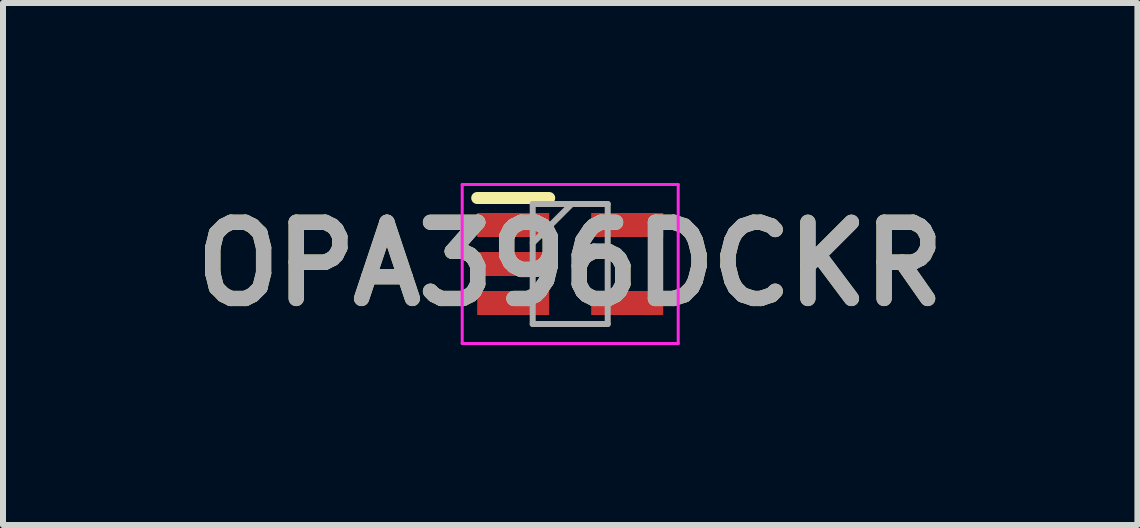
<source format=kicad_pcb>
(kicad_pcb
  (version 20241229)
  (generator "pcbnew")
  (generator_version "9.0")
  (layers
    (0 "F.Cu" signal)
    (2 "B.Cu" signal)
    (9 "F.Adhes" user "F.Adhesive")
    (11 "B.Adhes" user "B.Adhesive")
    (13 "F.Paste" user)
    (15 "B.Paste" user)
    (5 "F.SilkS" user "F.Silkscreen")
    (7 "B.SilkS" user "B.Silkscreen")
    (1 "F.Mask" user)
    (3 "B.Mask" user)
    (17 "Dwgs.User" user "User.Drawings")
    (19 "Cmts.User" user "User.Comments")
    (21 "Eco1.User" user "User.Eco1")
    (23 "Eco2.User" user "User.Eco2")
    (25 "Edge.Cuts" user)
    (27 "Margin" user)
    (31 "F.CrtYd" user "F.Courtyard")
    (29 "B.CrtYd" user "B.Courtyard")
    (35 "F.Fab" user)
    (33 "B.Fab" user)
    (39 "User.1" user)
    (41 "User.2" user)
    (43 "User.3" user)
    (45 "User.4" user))
  (footprint "OPA396DCKR"
    (layer "F.Cu")
    (at 6.453 1.35)
    (property "Reference" "OPA396DCKR" (at 0 0 0) (layer "F.SilkS") (effects (font (size 1.27 1.27) (thickness 0.254))))
    (attr smd)
    (fp_line (start -1.55 -1.1) (end -0.35 -1.1) (stroke (width 0.2) (type solid)) (layer "F.SilkS"))
    (fp_line (start -1.8 -1.325) (end 1.8 -1.325) (stroke (width 0.05) (type solid)) (layer "F.CrtYd"))
    (fp_line (start -1.8 1.325) (end -1.8 -1.325) (stroke (width 0.05) (type solid)) (layer "F.CrtYd"))
    (fp_line (start 1.8 -1.325) (end 1.8 1.325) (stroke (width 0.05) (type solid)) (layer "F.CrtYd"))
    (fp_line (start 1.8 1.325) (end -1.8 1.325) (stroke (width 0.05) (type solid)) (layer "F.CrtYd"))
    (fp_line (start -0.625 -1) (end 0.625 -1) (stroke (width 0.1) (type solid)) (layer "F.Fab"))
    (fp_line (start -0.625 -0.35) (end 0.025 -1) (stroke (width 0.1) (type solid)) (layer "F.Fab"))
    (fp_line (start -0.625 1) (end -0.625 -1) (stroke (width 0.1) (type solid)) (layer "F.Fab"))
    (fp_line (start 0.625 -1) (end 0.625 1) (stroke (width 0.1) (type solid)) (layer "F.Fab"))
    (fp_line (start 0.625 1) (end -0.625 1) (stroke (width 0.1) (type solid)) (layer "F.Fab"))
    (fp_text user "${REFERENCE}" (at 0 0 0) (layer "F.Fab") (effects (font (size 1.27 1.27) (thickness 0.254))))
    (pad "1" smd rect (at -0.95 -0.65 90) (size 0.4 1.2) (layers "F.Cu" "F.Mask" "F.Paste"))
    (pad "2" smd rect (at -0.95 0 90) (size 0.4 1.2) (layers "F.Cu" "F.Mask" "F.Paste"))
    (pad "3" smd rect (at -0.95 0.65 90) (size 0.4 1.2) (layers "F.Cu" "F.Mask" "F.Paste"))
    (pad "4" smd rect (at 0.95 0.65 90) (size 0.4 1.2) (layers "F.Cu" "F.Mask" "F.Paste"))
    (pad "5" smd rect (at 0.95 -0.65 90) (size 0.4 1.2) (layers "F.Cu" "F.Mask" "F.Paste")))
  (gr_rect
    (start -3 -3)
    (end 15.906 5.7)
    (stroke (width 0.1) (type default))
    (fill no)
    (layer "Edge.Cuts")))
</source>
